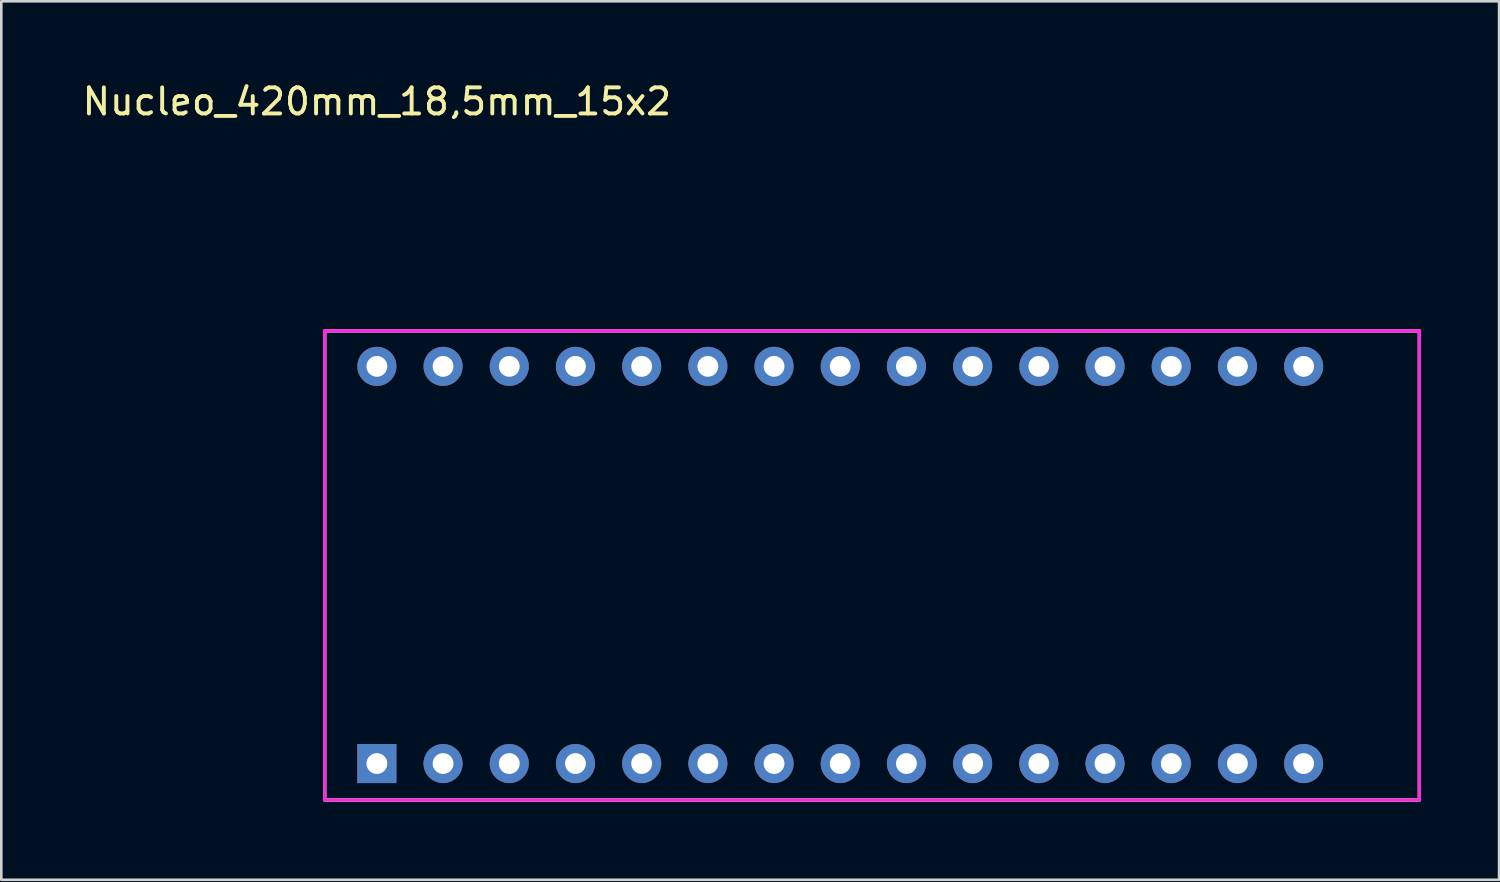
<source format=kicad_pcb>
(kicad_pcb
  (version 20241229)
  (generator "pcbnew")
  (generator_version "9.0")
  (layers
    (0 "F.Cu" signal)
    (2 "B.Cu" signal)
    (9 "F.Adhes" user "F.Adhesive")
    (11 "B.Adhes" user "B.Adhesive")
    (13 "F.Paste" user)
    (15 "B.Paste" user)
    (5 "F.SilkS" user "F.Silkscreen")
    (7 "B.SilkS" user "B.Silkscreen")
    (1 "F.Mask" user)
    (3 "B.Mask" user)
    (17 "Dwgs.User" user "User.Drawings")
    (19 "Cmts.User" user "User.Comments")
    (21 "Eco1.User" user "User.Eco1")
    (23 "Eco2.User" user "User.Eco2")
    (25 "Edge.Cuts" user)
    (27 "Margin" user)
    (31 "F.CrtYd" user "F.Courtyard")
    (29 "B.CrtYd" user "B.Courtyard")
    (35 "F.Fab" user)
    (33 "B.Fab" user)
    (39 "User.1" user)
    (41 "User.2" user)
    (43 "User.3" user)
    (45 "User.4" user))
  (footprint "Nucleo_420mm_18,5mm_15x2"
    (layer "F.Cu")
    (at 11.411 26.248)
    (property "Reference" "Nucleo_420mm_18,5mm_15x2" (at 0 -25.4 0) (layer "F.SilkS") (effects (font (size 1 1) (thickness 0.15))))
    (attr through_hole)
    (fp_line (start -2 -16.6) (end -2 1.4) (stroke (width 0.12) (type solid)) (layer "F.SilkS"))
    (fp_line (start -2 1.4) (end 40 1.4) (stroke (width 0.12) (type solid)) (layer "F.SilkS"))
    (fp_line (start 40 -16.6) (end -2 -16.6) (stroke (width 0.12) (type solid)) (layer "F.SilkS"))
    (fp_line (start 40 1.4) (end 40 -16.6) (stroke (width 0.12) (type solid)) (layer "F.SilkS"))
    (fp_line (start -2 -16.6) (end 40 -16.6) (stroke (width 0.12) (type solid)) (layer "F.CrtYd"))
    (fp_line (start -2 1.4) (end -2 -16.6) (stroke (width 0.12) (type solid)) (layer "F.CrtYd"))
    (fp_line (start 40 -16.6) (end 40 1.4) (stroke (width 0.12) (type solid)) (layer "F.CrtYd"))
    (fp_line (start 40 1.4) (end -2 1.4) (stroke (width 0.12) (type solid)) (layer "F.CrtYd"))
    (fp_line (start -2 -16.6) (end -2 1.4) (stroke (width 0.12) (type solid)) (layer "F.Fab"))
    (fp_line (start -2 1.4) (end 40 1.4) (stroke (width 0.12) (type solid)) (layer "F.Fab"))
    (fp_line (start 40 -16.6) (end -2 -16.6) (stroke (width 0.12) (type solid)) (layer "F.Fab"))
    (fp_line (start 40 1.4) (end 40 -16.6) (stroke (width 0.12) (type solid)) (layer "F.Fab"))
    (pad "1" thru_hole rect (at 0 0) (size 1.5 1.5) (drill 0.8) (layers "*.Cu" "*.Mask"))
    (pad "2" thru_hole circle (at 2.54 0) (size 1.5 1.5) (drill 0.8) (layers "*.Cu" "*.Mask"))
    (pad "3" thru_hole circle (at 5.08 0) (size 1.5 1.5) (drill 0.8) (layers "*.Cu" "*.Mask"))
    (pad "4" thru_hole circle (at 7.62 0) (size 1.5 1.5) (drill 0.8) (layers "*.Cu" "*.Mask"))
    (pad "5" thru_hole circle (at 10.16 0) (size 1.5 1.5) (drill 0.8) (layers "*.Cu" "*.Mask"))
    (pad "6" thru_hole circle (at 12.7 0) (size 1.5 1.5) (drill 0.8) (layers "*.Cu" "*.Mask"))
    (pad "7" thru_hole circle (at 15.24 0) (size 1.5 1.5) (drill 0.8) (layers "*.Cu" "*.Mask"))
    (pad "8" thru_hole circle (at 17.78 0) (size 1.5 1.5) (drill 0.8) (layers "*.Cu" "*.Mask"))
    (pad "9" thru_hole circle (at 20.32 0) (size 1.5 1.5) (drill 0.8) (layers "*.Cu" "*.Mask"))
    (pad "10" thru_hole circle (at 22.86 0) (size 1.5 1.5) (drill 0.8) (layers "*.Cu" "*.Mask"))
    (pad "11" thru_hole circle (at 25.4 0) (size 1.5 1.5) (drill 0.8) (layers "*.Cu" "*.Mask"))
    (pad "12" thru_hole circle (at 27.94 0) (size 1.5 1.5) (drill 0.8) (layers "*.Cu" "*.Mask"))
    (pad "13" thru_hole circle (at 30.48 0) (size 1.5 1.5) (drill 0.8) (layers "*.Cu" "*.Mask"))
    (pad "14" thru_hole circle (at 33.02 0) (size 1.5 1.5) (drill 0.8) (layers "*.Cu" "*.Mask"))
    (pad "15" thru_hole circle (at 35.56 0) (size 1.5 1.5) (drill 0.8) (layers "*.Cu" "*.Mask"))
    (pad "16" thru_hole circle (at 0 -15.24) (size 1.5 1.5) (drill 0.8) (layers "*.Cu" "*.Mask"))
    (pad "17" thru_hole circle (at 2.54 -15.24) (size 1.5 1.5) (drill 0.8) (layers "*.Cu" "*.Mask"))
    (pad "18" thru_hole circle (at 5.08 -15.24) (size 1.5 1.5) (drill 0.8) (layers "*.Cu" "*.Mask"))
    (pad "19" thru_hole circle (at 7.62 -15.24) (size 1.5 1.5) (drill 0.8) (layers "*.Cu" "*.Mask"))
    (pad "20" thru_hole circle (at 10.16 -15.24) (size 1.5 1.5) (drill 0.8) (layers "*.Cu" "*.Mask"))
    (pad "21" thru_hole circle (at 12.7 -15.24) (size 1.5 1.5) (drill 0.8) (layers "*.Cu" "*.Mask"))
    (pad "22" thru_hole circle (at 15.24 -15.24) (size 1.5 1.5) (drill 0.8) (layers "*.Cu" "*.Mask"))
    (pad "23" thru_hole circle (at 17.78 -15.24) (size 1.5 1.5) (drill 0.8) (layers "*.Cu" "*.Mask"))
    (pad "24" thru_hole circle (at 20.32 -15.24) (size 1.5 1.5) (drill 0.8) (layers "*.Cu" "*.Mask"))
    (pad "25" thru_hole circle (at 22.86 -15.24) (size 1.5 1.5) (drill 0.8) (layers "*.Cu" "*.Mask"))
    (pad "26" thru_hole circle (at 25.4 -15.24) (size 1.5 1.5) (drill 0.8) (layers "*.Cu" "*.Mask"))
    (pad "27" thru_hole circle (at 27.94 -15.24) (size 1.5 1.5) (drill 0.8) (layers "*.Cu" "*.Mask"))
    (pad "28" thru_hole circle (at 30.48 -15.24) (size 1.5 1.5) (drill 0.8) (layers "*.Cu" "*.Mask"))
    (pad "29" thru_hole circle (at 33.02 -15.24) (size 1.5 1.5) (drill 0.8) (layers "*.Cu" "*.Mask"))
    (pad "30" thru_hole circle (at 35.56 -15.24) (size 1.5 1.5) (drill 0.8) (layers "*.Cu" "*.Mask")))
  (gr_rect
    (start -3 -3)
    (end 54.471 30.708)
    (stroke (width 0.1) (type default))
    (fill no)
    (layer "Edge.Cuts")))
</source>
